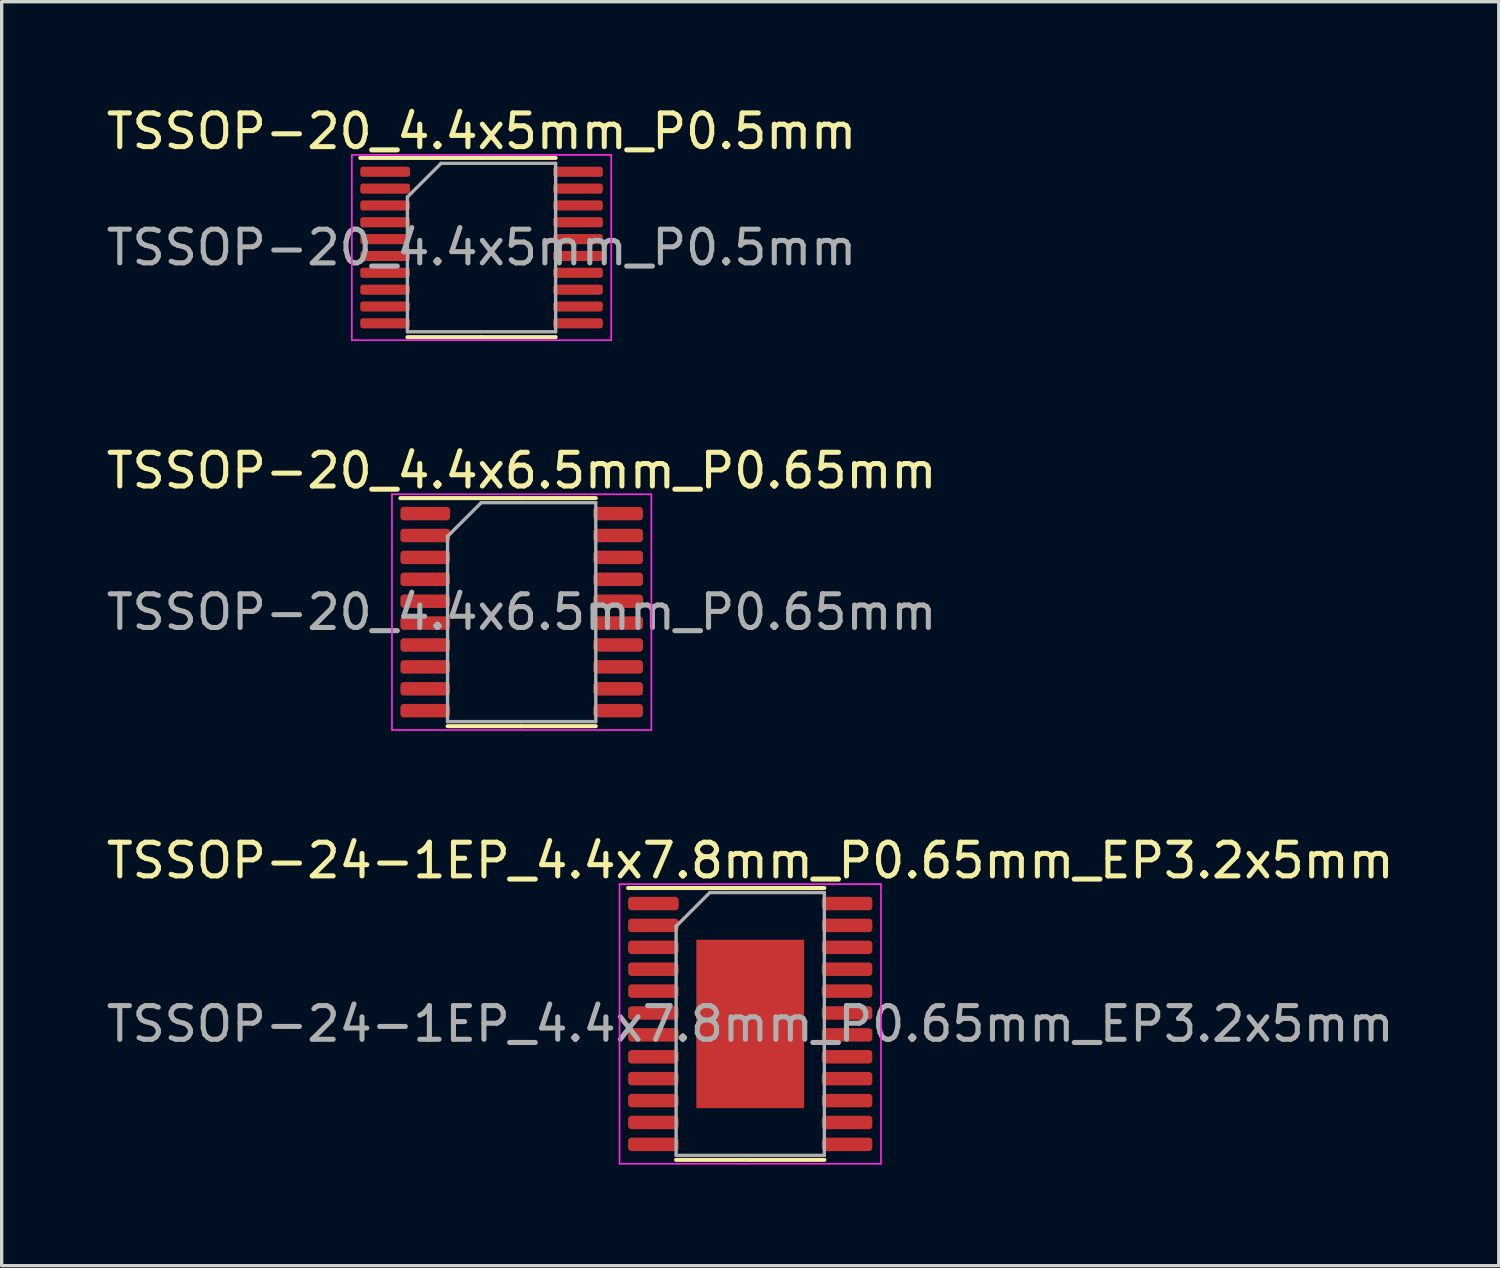
<source format=kicad_pcb>
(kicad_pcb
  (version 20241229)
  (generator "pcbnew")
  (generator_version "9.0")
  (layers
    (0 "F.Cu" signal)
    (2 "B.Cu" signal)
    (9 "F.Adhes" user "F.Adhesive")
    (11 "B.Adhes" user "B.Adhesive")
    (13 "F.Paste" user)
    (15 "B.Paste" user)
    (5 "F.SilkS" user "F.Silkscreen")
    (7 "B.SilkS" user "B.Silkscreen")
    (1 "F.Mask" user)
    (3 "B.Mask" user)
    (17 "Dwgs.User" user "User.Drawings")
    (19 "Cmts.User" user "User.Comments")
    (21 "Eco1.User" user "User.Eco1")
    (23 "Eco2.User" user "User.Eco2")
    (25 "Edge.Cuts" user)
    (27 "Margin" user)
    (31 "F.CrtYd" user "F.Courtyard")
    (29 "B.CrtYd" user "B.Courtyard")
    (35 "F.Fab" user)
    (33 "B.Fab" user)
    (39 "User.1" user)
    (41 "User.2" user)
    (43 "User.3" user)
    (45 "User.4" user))
  (footprint "TSSOP-20_4.4x5mm_P0.5mm"
    (layer "F.Cu")
    (at 11.244 4.298)
    (property "Reference" "TSSOP-20_4.4x5mm_P0.5mm" (at 0 -3.45 0) (layer "F.SilkS") (effects (font (size 1 1) (thickness 0.15))))
    (attr smd)
    (fp_line (start 0 -2.66) (end -3.6 -2.66) (stroke (width 0.12) (type solid)) (layer "F.SilkS"))
    (fp_line (start 0 -2.66) (end 2.2 -2.66) (stroke (width 0.12) (type solid)) (layer "F.SilkS"))
    (fp_line (start 0 2.66) (end -2.2 2.66) (stroke (width 0.12) (type solid)) (layer "F.SilkS"))
    (fp_line (start 0 2.66) (end 2.2 2.66) (stroke (width 0.12) (type solid)) (layer "F.SilkS"))
    (fp_line (start -3.85 -2.75) (end -3.85 2.75) (stroke (width 0.05) (type solid)) (layer "F.CrtYd"))
    (fp_line (start -3.85 2.75) (end 3.85 2.75) (stroke (width 0.05) (type solid)) (layer "F.CrtYd"))
    (fp_line (start 3.85 -2.75) (end -3.85 -2.75) (stroke (width 0.05) (type solid)) (layer "F.CrtYd"))
    (fp_line (start 3.85 2.75) (end 3.85 -2.75) (stroke (width 0.05) (type solid)) (layer "F.CrtYd"))
    (fp_line (start -2.2 -1.5) (end -1.2 -2.5) (stroke (width 0.1) (type solid)) (layer "F.Fab"))
    (fp_line (start -2.2 2.5) (end -2.2 -1.5) (stroke (width 0.1) (type solid)) (layer "F.Fab"))
    (fp_line (start -1.2 -2.5) (end 2.2 -2.5) (stroke (width 0.1) (type solid)) (layer "F.Fab"))
    (fp_line (start 2.2 -2.5) (end 2.2 2.5) (stroke (width 0.1) (type solid)) (layer "F.Fab"))
    (fp_line (start 2.2 2.5) (end -2.2 2.5) (stroke (width 0.1) (type solid)) (layer "F.Fab"))
    (fp_text user "${REFERENCE}" (at 0 0 0) (layer "F.Fab") (effects (font (size 1 1) (thickness 0.15))))
    (pad "1" smd roundrect (at -2.862 -2.25) (size 1.475 0.3) (layers "F.Cu" "F.Mask" "F.Paste") (roundrect_rratio 0.25))
    (pad "2" smd roundrect (at -2.862 -1.75) (size 1.475 0.3) (layers "F.Cu" "F.Mask" "F.Paste") (roundrect_rratio 0.25))
    (pad "3" smd roundrect (at -2.862 -1.25) (size 1.475 0.3) (layers "F.Cu" "F.Mask" "F.Paste") (roundrect_rratio 0.25))
    (pad "4" smd roundrect (at -2.862 -0.75) (size 1.475 0.3) (layers "F.Cu" "F.Mask" "F.Paste") (roundrect_rratio 0.25))
    (pad "5" smd roundrect (at -2.862 -0.25) (size 1.475 0.3) (layers "F.Cu" "F.Mask" "F.Paste") (roundrect_rratio 0.25))
    (pad "6" smd roundrect (at -2.862 0.25) (size 1.475 0.3) (layers "F.Cu" "F.Mask" "F.Paste") (roundrect_rratio 0.25))
    (pad "7" smd roundrect (at -2.862 0.75) (size 1.475 0.3) (layers "F.Cu" "F.Mask" "F.Paste") (roundrect_rratio 0.25))
    (pad "8" smd roundrect (at -2.862 1.25) (size 1.475 0.3) (layers "F.Cu" "F.Mask" "F.Paste") (roundrect_rratio 0.25))
    (pad "9" smd roundrect (at -2.862 1.75) (size 1.475 0.3) (layers "F.Cu" "F.Mask" "F.Paste") (roundrect_rratio 0.25))
    (pad "10" smd roundrect (at -2.862 2.25) (size 1.475 0.3) (layers "F.Cu" "F.Mask" "F.Paste") (roundrect_rratio 0.25))
    (pad "11" smd roundrect (at 2.862 2.25) (size 1.475 0.3) (layers "F.Cu" "F.Mask" "F.Paste") (roundrect_rratio 0.25))
    (pad "12" smd roundrect (at 2.862 1.75) (size 1.475 0.3) (layers "F.Cu" "F.Mask" "F.Paste") (roundrect_rratio 0.25))
    (pad "13" smd roundrect (at 2.862 1.25) (size 1.475 0.3) (layers "F.Cu" "F.Mask" "F.Paste") (roundrect_rratio 0.25))
    (pad "14" smd roundrect (at 2.862 0.75) (size 1.475 0.3) (layers "F.Cu" "F.Mask" "F.Paste") (roundrect_rratio 0.25))
    (pad "15" smd roundrect (at 2.862 0.25) (size 1.475 0.3) (layers "F.Cu" "F.Mask" "F.Paste") (roundrect_rratio 0.25))
    (pad "16" smd roundrect (at 2.862 -0.25) (size 1.475 0.3) (layers "F.Cu" "F.Mask" "F.Paste") (roundrect_rratio 0.25))
    (pad "17" smd roundrect (at 2.862 -0.75) (size 1.475 0.3) (layers "F.Cu" "F.Mask" "F.Paste") (roundrect_rratio 0.25))
    (pad "18" smd roundrect (at 2.862 -1.25) (size 1.475 0.3) (layers "F.Cu" "F.Mask" "F.Paste") (roundrect_rratio 0.25))
    (pad "19" smd roundrect (at 2.862 -1.75) (size 1.475 0.3) (layers "F.Cu" "F.Mask" "F.Paste") (roundrect_rratio 0.25))
    (pad "20" smd roundrect (at 2.862 -2.25) (size 1.475 0.3) (layers "F.Cu" "F.Mask" "F.Paste") (roundrect_rratio 0.25)))
  (footprint "TSSOP-24-1EP_4.4x7.8mm_P0.65mm_EP3.2x5mm"
    (layer "F.Cu")
    (at 19.22 27.345)
    (property "Reference" "TSSOP-24-1EP_4.4x7.8mm_P0.65mm_EP3.2x5mm" (at 0 -4.85 0) (layer "F.SilkS") (effects (font (size 1 1) (thickness 0.15))))
    (attr smd)
    (fp_line (start 0 -4.035) (end -3.625 -4.035) (stroke (width 0.12) (type solid)) (layer "F.SilkS"))
    (fp_line (start 0 -4.035) (end 2.2 -4.035) (stroke (width 0.12) (type solid)) (layer "F.SilkS"))
    (fp_line (start 0 4.035) (end -2.2 4.035) (stroke (width 0.12) (type solid)) (layer "F.SilkS"))
    (fp_line (start 0 4.035) (end 2.2 4.035) (stroke (width 0.12) (type solid)) (layer "F.SilkS"))
    (fp_line (start -3.88 -4.15) (end -3.88 4.15) (stroke (width 0.05) (type solid)) (layer "F.CrtYd"))
    (fp_line (start -3.88 4.15) (end 3.88 4.15) (stroke (width 0.05) (type solid)) (layer "F.CrtYd"))
    (fp_line (start 3.88 -4.15) (end -3.88 -4.15) (stroke (width 0.05) (type solid)) (layer "F.CrtYd"))
    (fp_line (start 3.88 4.15) (end 3.88 -4.15) (stroke (width 0.05) (type solid)) (layer "F.CrtYd"))
    (fp_line (start -2.2 -2.9) (end -1.2 -3.9) (stroke (width 0.1) (type solid)) (layer "F.Fab"))
    (fp_line (start -2.2 3.9) (end -2.2 -2.9) (stroke (width 0.1) (type solid)) (layer "F.Fab"))
    (fp_line (start -1.2 -3.9) (end 2.2 -3.9) (stroke (width 0.1) (type solid)) (layer "F.Fab"))
    (fp_line (start 2.2 -3.9) (end 2.2 3.9) (stroke (width 0.1) (type solid)) (layer "F.Fab"))
    (fp_line (start 2.2 3.9) (end -2.2 3.9) (stroke (width 0.1) (type solid)) (layer "F.Fab"))
    (fp_text user "${REFERENCE}" (at 0 0 0) (layer "F.Fab") (effects (font (size 1 1) (thickness 0.15))))
    (pad "" smd roundrect (at -0.8 -1.67) (size 1.29 1.34) (layers "F.Paste") (roundrect_rratio 0.194))
    (pad "" smd roundrect (at -0.8 0) (size 1.29 1.34) (layers "F.Paste") (roundrect_rratio 0.194))
    (pad "" smd roundrect (at -0.8 1.67) (size 1.29 1.34) (layers "F.Paste") (roundrect_rratio 0.194))
    (pad "" smd roundrect (at 0.8 -1.67) (size 1.29 1.34) (layers "F.Paste") (roundrect_rratio 0.194))
    (pad "" smd roundrect (at 0.8 0) (size 1.29 1.34) (layers "F.Paste") (roundrect_rratio 0.194))
    (pad "" smd roundrect (at 0.8 1.67) (size 1.29 1.34) (layers "F.Paste") (roundrect_rratio 0.194))
    (pad "1" smd roundrect (at -2.875 -3.575) (size 1.5 0.4) (layers "F.Cu" "F.Mask" "F.Paste") (roundrect_rratio 0.25))
    (pad "2" smd roundrect (at -2.875 -2.925) (size 1.5 0.4) (layers "F.Cu" "F.Mask" "F.Paste") (roundrect_rratio 0.25))
    (pad "3" smd roundrect (at -2.875 -2.275) (size 1.5 0.4) (layers "F.Cu" "F.Mask" "F.Paste") (roundrect_rratio 0.25))
    (pad "4" smd roundrect (at -2.875 -1.625) (size 1.5 0.4) (layers "F.Cu" "F.Mask" "F.Paste") (roundrect_rratio 0.25))
    (pad "5" smd roundrect (at -2.875 -0.975) (size 1.5 0.4) (layers "F.Cu" "F.Mask" "F.Paste") (roundrect_rratio 0.25))
    (pad "6" smd roundrect (at -2.875 -0.325) (size 1.5 0.4) (layers "F.Cu" "F.Mask" "F.Paste") (roundrect_rratio 0.25))
    (pad "7" smd roundrect (at -2.875 0.325) (size 1.5 0.4) (layers "F.Cu" "F.Mask" "F.Paste") (roundrect_rratio 0.25))
    (pad "8" smd roundrect (at -2.875 0.975) (size 1.5 0.4) (layers "F.Cu" "F.Mask" "F.Paste") (roundrect_rratio 0.25))
    (pad "9" smd roundrect (at -2.875 1.625) (size 1.5 0.4) (layers "F.Cu" "F.Mask" "F.Paste") (roundrect_rratio 0.25))
    (pad "10" smd roundrect (at -2.875 2.275) (size 1.5 0.4) (layers "F.Cu" "F.Mask" "F.Paste") (roundrect_rratio 0.25))
    (pad "11" smd roundrect (at -2.875 2.925) (size 1.5 0.4) (layers "F.Cu" "F.Mask" "F.Paste") (roundrect_rratio 0.25))
    (pad "12" smd roundrect (at -2.875 3.575) (size 1.5 0.4) (layers "F.Cu" "F.Mask" "F.Paste") (roundrect_rratio 0.25))
    (pad "13" smd roundrect (at 2.875 3.575) (size 1.5 0.4) (layers "F.Cu" "F.Mask" "F.Paste") (roundrect_rratio 0.25))
    (pad "14" smd roundrect (at 2.875 2.925) (size 1.5 0.4) (layers "F.Cu" "F.Mask" "F.Paste") (roundrect_rratio 0.25))
    (pad "15" smd roundrect (at 2.875 2.275) (size 1.5 0.4) (layers "F.Cu" "F.Mask" "F.Paste") (roundrect_rratio 0.25))
    (pad "16" smd roundrect (at 2.875 1.625) (size 1.5 0.4) (layers "F.Cu" "F.Mask" "F.Paste") (roundrect_rratio 0.25))
    (pad "17" smd roundrect (at 2.875 0.975) (size 1.5 0.4) (layers "F.Cu" "F.Mask" "F.Paste") (roundrect_rratio 0.25))
    (pad "18" smd roundrect (at 2.875 0.325) (size 1.5 0.4) (layers "F.Cu" "F.Mask" "F.Paste") (roundrect_rratio 0.25))
    (pad "19" smd roundrect (at 2.875 -0.325) (size 1.5 0.4) (layers "F.Cu" "F.Mask" "F.Paste") (roundrect_rratio 0.25))
    (pad "20" smd roundrect (at 2.875 -0.975) (size 1.5 0.4) (layers "F.Cu" "F.Mask" "F.Paste") (roundrect_rratio 0.25))
    (pad "21" smd roundrect (at 2.875 -1.625) (size 1.5 0.4) (layers "F.Cu" "F.Mask" "F.Paste") (roundrect_rratio 0.25))
    (pad "22" smd roundrect (at 2.875 -2.275) (size 1.5 0.4) (layers "F.Cu" "F.Mask" "F.Paste") (roundrect_rratio 0.25))
    (pad "23" smd roundrect (at 2.875 -2.925) (size 1.5 0.4) (layers "F.Cu" "F.Mask" "F.Paste") (roundrect_rratio 0.25))
    (pad "24" smd roundrect (at 2.875 -3.575) (size 1.5 0.4) (layers "F.Cu" "F.Mask" "F.Paste") (roundrect_rratio 0.25))
    (pad "25" smd rect (at 0 0) (size 3.2 5) (layers "F.Cu" "F.Mask")))
  (footprint "TSSOP-20_4.4x6.5mm_P0.65mm"
    (layer "F.Cu")
    (at 12.435 15.121)
    (property "Reference" "TSSOP-20_4.4x6.5mm_P0.65mm" (at 0 -4.2 0) (layer "F.SilkS") (effects (font (size 1 1) (thickness 0.15))))
    (attr smd)
    (fp_line (start 0 -3.385) (end -3.6 -3.385) (stroke (width 0.12) (type solid)) (layer "F.SilkS"))
    (fp_line (start 0 -3.385) (end 2.2 -3.385) (stroke (width 0.12) (type solid)) (layer "F.SilkS"))
    (fp_line (start 0 3.385) (end -2.2 3.385) (stroke (width 0.12) (type solid)) (layer "F.SilkS"))
    (fp_line (start 0 3.385) (end 2.2 3.385) (stroke (width 0.12) (type solid)) (layer "F.SilkS"))
    (fp_line (start -3.85 -3.5) (end -3.85 3.5) (stroke (width 0.05) (type solid)) (layer "F.CrtYd"))
    (fp_line (start -3.85 3.5) (end 3.85 3.5) (stroke (width 0.05) (type solid)) (layer "F.CrtYd"))
    (fp_line (start 3.85 -3.5) (end -3.85 -3.5) (stroke (width 0.05) (type solid)) (layer "F.CrtYd"))
    (fp_line (start 3.85 3.5) (end 3.85 -3.5) (stroke (width 0.05) (type solid)) (layer "F.CrtYd"))
    (fp_line (start -2.2 -2.25) (end -1.2 -3.25) (stroke (width 0.1) (type solid)) (layer "F.Fab"))
    (fp_line (start -2.2 3.25) (end -2.2 -2.25) (stroke (width 0.1) (type solid)) (layer "F.Fab"))
    (fp_line (start -1.2 -3.25) (end 2.2 -3.25) (stroke (width 0.1) (type solid)) (layer "F.Fab"))
    (fp_line (start 2.2 -3.25) (end 2.2 3.25) (stroke (width 0.1) (type solid)) (layer "F.Fab"))
    (fp_line (start 2.2 3.25) (end -2.2 3.25) (stroke (width 0.1) (type solid)) (layer "F.Fab"))
    (fp_text user "${REFERENCE}" (at 0 0 0) (layer "F.Fab") (effects (font (size 1 1) (thickness 0.15))))
    (pad "1" smd roundrect (at -2.862 -2.925) (size 1.475 0.4) (layers "F.Cu" "F.Mask" "F.Paste") (roundrect_rratio 0.25))
    (pad "2" smd roundrect (at -2.862 -2.275) (size 1.475 0.4) (layers "F.Cu" "F.Mask" "F.Paste") (roundrect_rratio 0.25))
    (pad "3" smd roundrect (at -2.862 -1.625) (size 1.475 0.4) (layers "F.Cu" "F.Mask" "F.Paste") (roundrect_rratio 0.25))
    (pad "4" smd roundrect (at -2.862 -0.975) (size 1.475 0.4) (layers "F.Cu" "F.Mask" "F.Paste") (roundrect_rratio 0.25))
    (pad "5" smd roundrect (at -2.862 -0.325) (size 1.475 0.4) (layers "F.Cu" "F.Mask" "F.Paste") (roundrect_rratio 0.25))
    (pad "6" smd roundrect (at -2.862 0.325) (size 1.475 0.4) (layers "F.Cu" "F.Mask" "F.Paste") (roundrect_rratio 0.25))
    (pad "7" smd roundrect (at -2.862 0.975) (size 1.475 0.4) (layers "F.Cu" "F.Mask" "F.Paste") (roundrect_rratio 0.25))
    (pad "8" smd roundrect (at -2.862 1.625) (size 1.475 0.4) (layers "F.Cu" "F.Mask" "F.Paste") (roundrect_rratio 0.25))
    (pad "9" smd roundrect (at -2.862 2.275) (size 1.475 0.4) (layers "F.Cu" "F.Mask" "F.Paste") (roundrect_rratio 0.25))
    (pad "10" smd roundrect (at -2.862 2.925) (size 1.475 0.4) (layers "F.Cu" "F.Mask" "F.Paste") (roundrect_rratio 0.25))
    (pad "11" smd roundrect (at 2.862 2.925) (size 1.475 0.4) (layers "F.Cu" "F.Mask" "F.Paste") (roundrect_rratio 0.25))
    (pad "12" smd roundrect (at 2.862 2.275) (size 1.475 0.4) (layers "F.Cu" "F.Mask" "F.Paste") (roundrect_rratio 0.25))
    (pad "13" smd roundrect (at 2.862 1.625) (size 1.475 0.4) (layers "F.Cu" "F.Mask" "F.Paste") (roundrect_rratio 0.25))
    (pad "14" smd roundrect (at 2.862 0.975) (size 1.475 0.4) (layers "F.Cu" "F.Mask" "F.Paste") (roundrect_rratio 0.25))
    (pad "15" smd roundrect (at 2.862 0.325) (size 1.475 0.4) (layers "F.Cu" "F.Mask" "F.Paste") (roundrect_rratio 0.25))
    (pad "16" smd roundrect (at 2.862 -0.325) (size 1.475 0.4) (layers "F.Cu" "F.Mask" "F.Paste") (roundrect_rratio 0.25))
    (pad "17" smd roundrect (at 2.862 -0.975) (size 1.475 0.4) (layers "F.Cu" "F.Mask" "F.Paste") (roundrect_rratio 0.25))
    (pad "18" smd roundrect (at 2.862 -1.625) (size 1.475 0.4) (layers "F.Cu" "F.Mask" "F.Paste") (roundrect_rratio 0.25))
    (pad "19" smd roundrect (at 2.862 -2.275) (size 1.475 0.4) (layers "F.Cu" "F.Mask" "F.Paste") (roundrect_rratio 0.25))
    (pad "20" smd roundrect (at 2.862 -2.925) (size 1.475 0.4) (layers "F.Cu" "F.Mask" "F.Paste") (roundrect_rratio 0.25)))
  (gr_rect
    (start -3 -3)
    (end 41.44 34.52)
    (stroke (width 0.1) (type default))
    (fill no)
    (layer "Edge.Cuts")))
</source>
